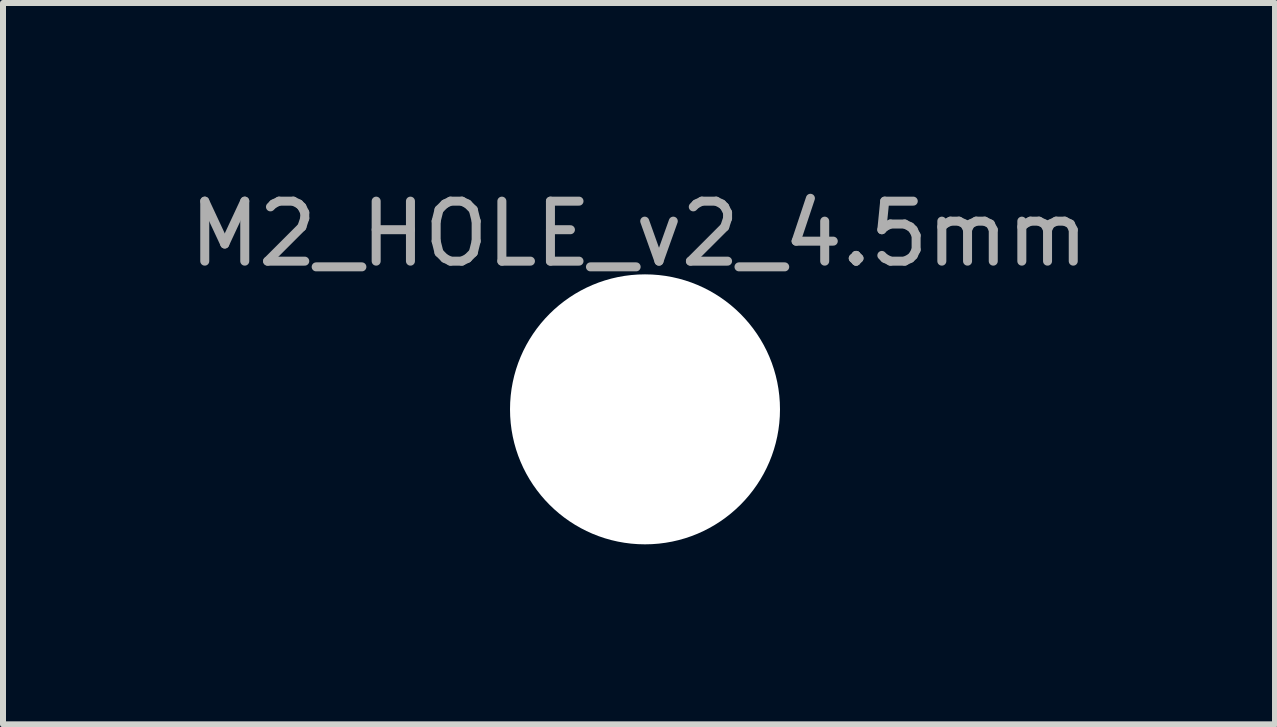
<source format=kicad_pcb>
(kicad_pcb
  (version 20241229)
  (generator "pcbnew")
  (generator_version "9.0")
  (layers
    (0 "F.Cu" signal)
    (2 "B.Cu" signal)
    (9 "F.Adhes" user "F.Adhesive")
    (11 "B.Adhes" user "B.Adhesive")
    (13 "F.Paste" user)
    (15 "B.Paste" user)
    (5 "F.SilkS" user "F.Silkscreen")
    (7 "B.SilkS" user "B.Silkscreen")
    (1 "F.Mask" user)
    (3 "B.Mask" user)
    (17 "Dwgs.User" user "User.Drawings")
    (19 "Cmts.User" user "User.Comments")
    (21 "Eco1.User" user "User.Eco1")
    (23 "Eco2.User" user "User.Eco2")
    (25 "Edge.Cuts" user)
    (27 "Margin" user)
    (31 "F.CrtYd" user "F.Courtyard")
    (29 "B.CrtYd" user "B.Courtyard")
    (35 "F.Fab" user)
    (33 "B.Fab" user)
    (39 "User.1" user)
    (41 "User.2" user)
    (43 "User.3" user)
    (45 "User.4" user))
  (footprint "M2_HOLE_v2_4.5mm"
    (layer "F.Cu")
    (at 7.701 3.773)
    (property "Reference" "M2_HOLE_v2_4.5mm" (at -0.1 -2.925 0) (layer "F.Fab") (effects (font (size 1 1) (thickness 0.15))))
    (attr exclude_from_pos_files exclude_from_bom)
    (pad "" np_thru_hole circle (at 0 0) (size 4.5 4.5) (drill 4.5) (layers "*.Cu" "*.Mask")))
  (gr_rect
    (start -3 -3)
    (end 18.202 9.023)
    (stroke (width 0.1) (type default))
    (fill no)
    (layer "Edge.Cuts")))
</source>
